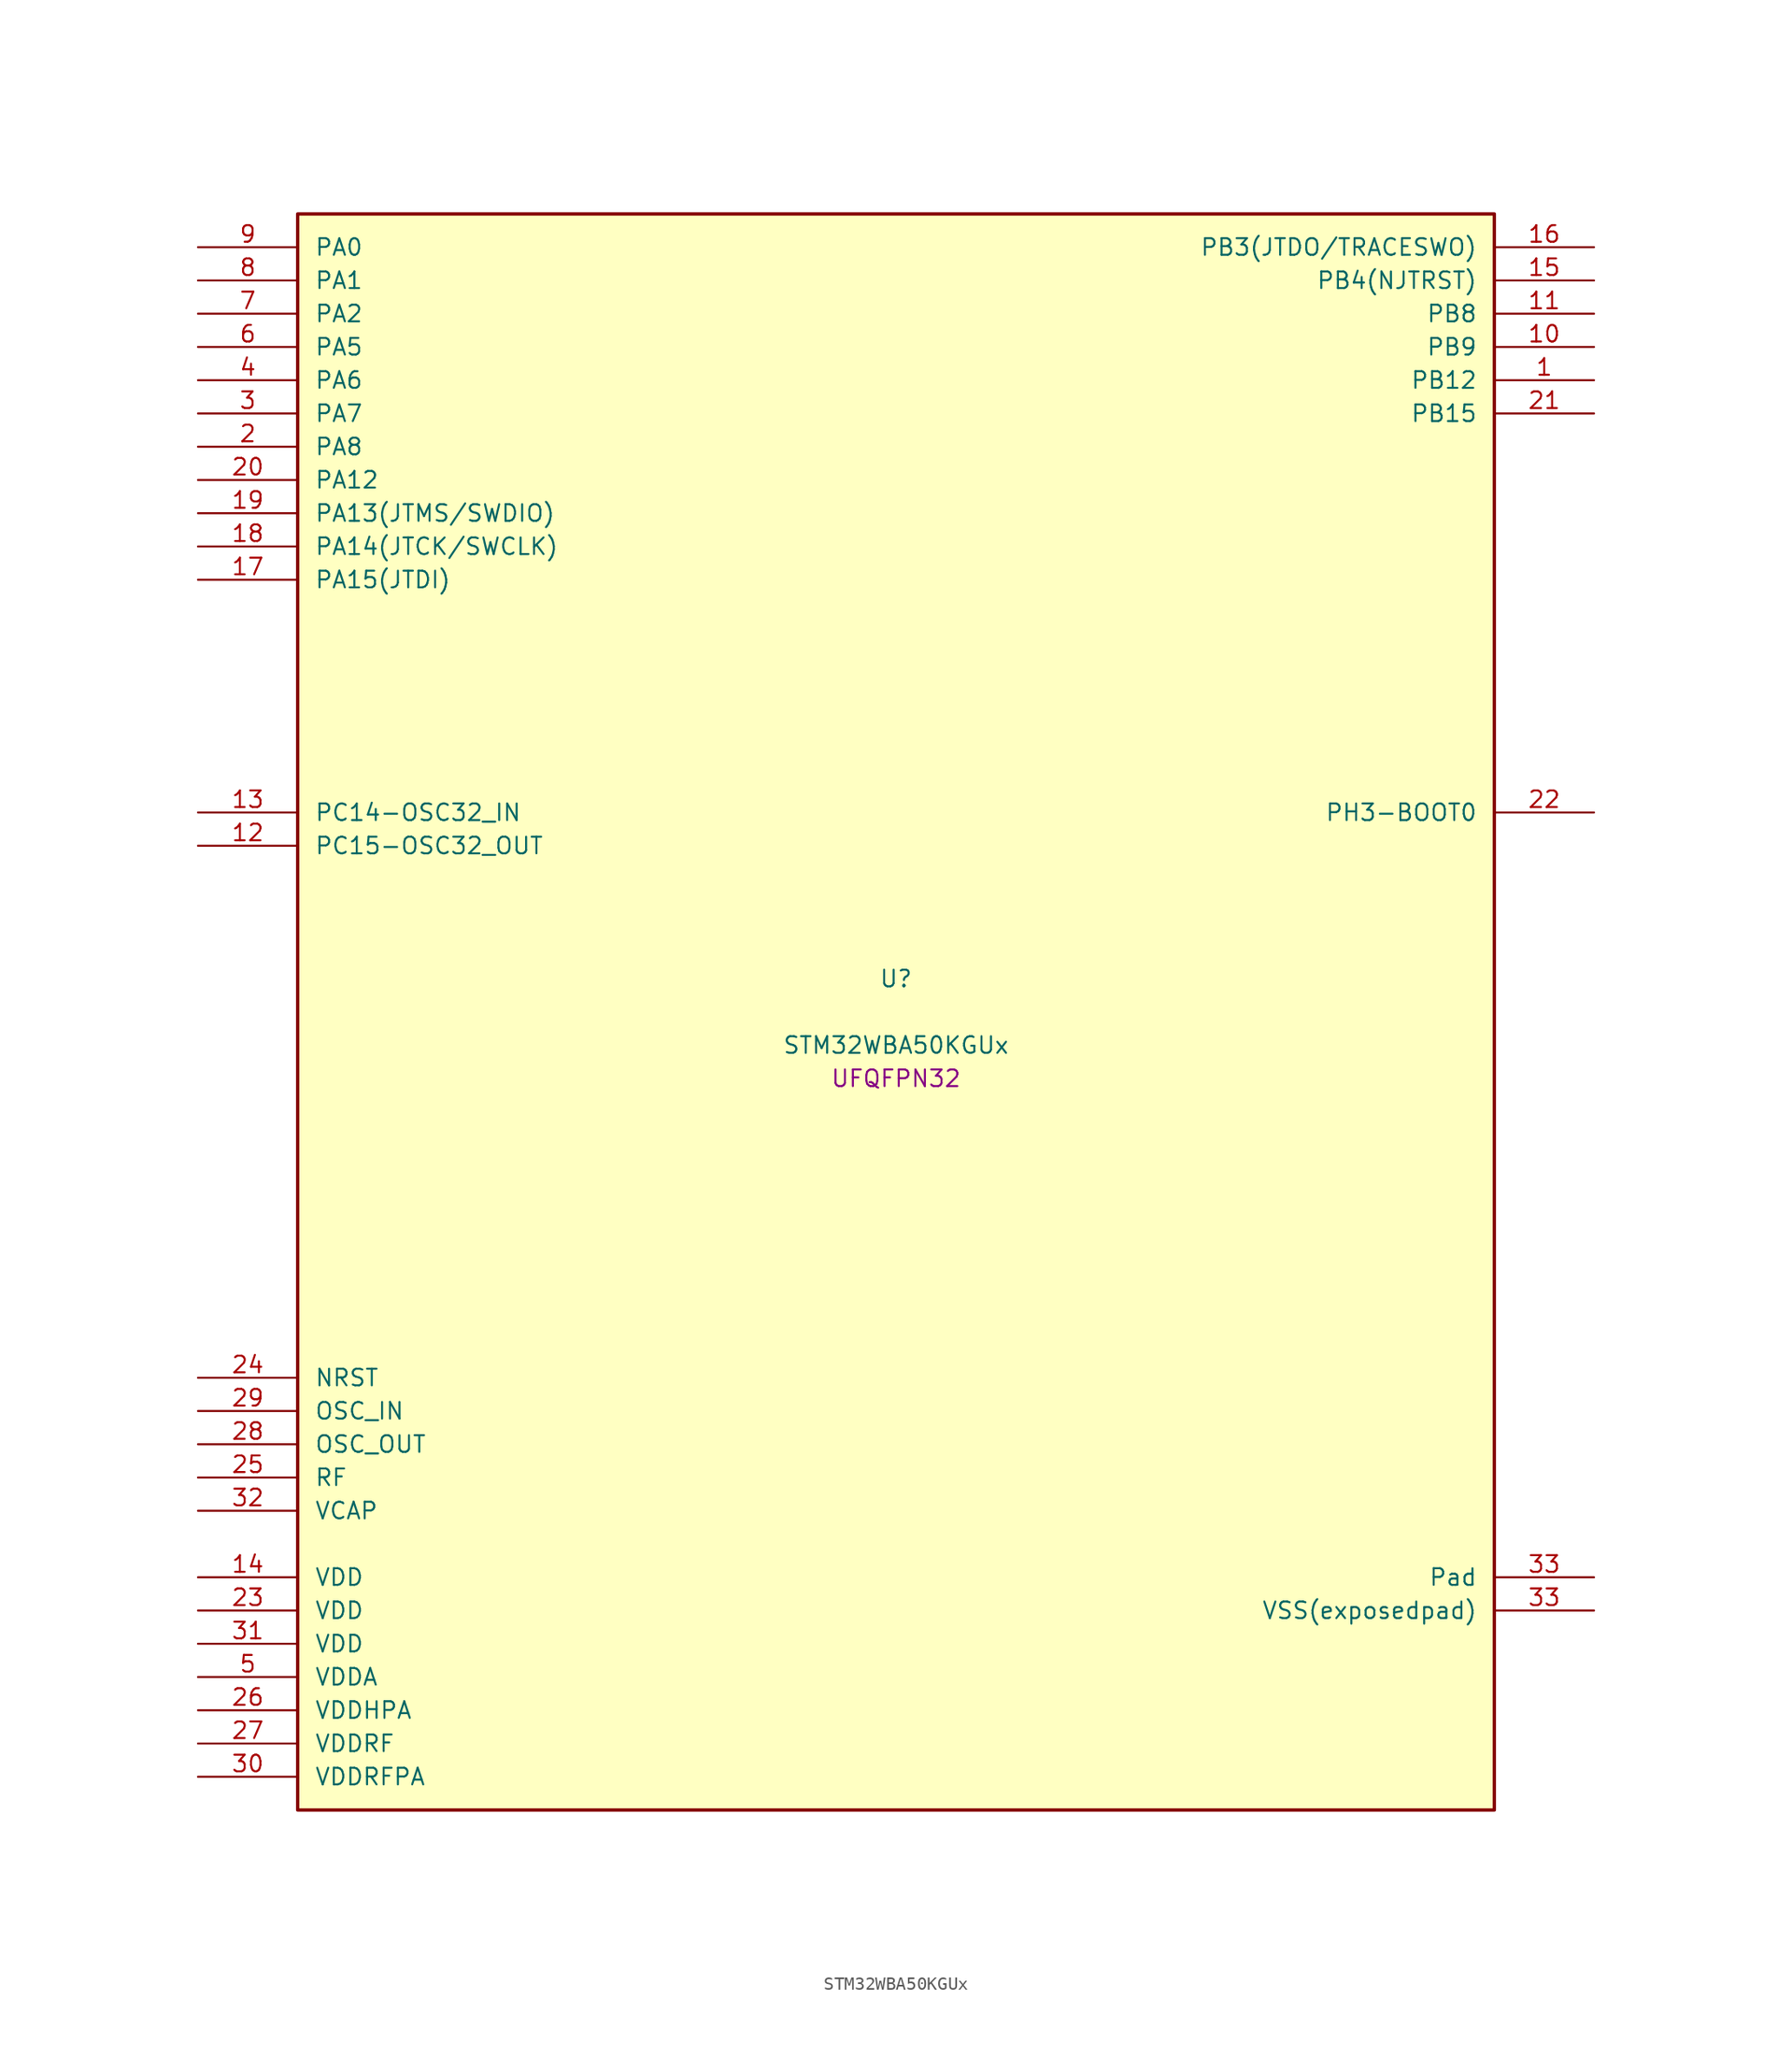
<source format=kicad_sym>
(kicad_symbol_lib
  (version 20241209)
  (generator "stm32_pkl_generator")
  (generator_version "1.0")
  (symbol "STM32WBA50KGUx"
    (pin_names
      (offset 1.27))
    (property "Reference" "U"
      (at 0 2.54 0))
    (property "Value" "STM32WBA50KGUx"
      (at 0 -2.54 0))
    (property "Footprint" "UFQFPN32"
      (at 0 -5.08 0))
    (symbol "STM32WBA50KGUx_1_1"
      (rectangle (start -45.72 60.96) (end 45.72 -60.96) (stroke (width 0.254) (type solid)) (fill (type background)))
      (pin bidirectional line (at -53.34 58.42 0) (length 7.62) (name "PA0") (number "9") (alternate "PA0/ADC4_IN9" bidirectional line) (alternate "PA0/LPTIM1_IN1" bidirectional line) (alternate "PA0/LPUART1_CTS" bidirectional line) (alternate "PA0/PWR_WKUP1" bidirectional line) (alternate "PA0/SPI3_SCK" bidirectional line) (alternate "PA0/TIM1_CH2N" bidirectional line) (alternate "PA0/TSC_G2_IO2" bidirectional line))
      (pin bidirectional line (at -53.34 55.88 0) (length 7.62) (name "PA1") (number "8") (alternate "PA1/ADC4_IN8" bidirectional line) (alternate "PA1/LPUART1_RX" bidirectional line) (alternate "PA1/PWR_WKUP3" bidirectional line) (alternate "PA1/TIM1_CH1N" bidirectional line) (alternate "PA1/TSC_G2_IO1" bidirectional line) (alternate "PA1/USART1_CK" bidirectional line))
      (pin bidirectional line (at -53.34 53.34 0) (length 7.62) (name "PA2") (number "7") (alternate "PA2/ADC4_IN7" bidirectional line) (alternate "PA2/LPUART1_TX" bidirectional line) (alternate "PA2/PWR_WKUP4" bidirectional line) (alternate "PA2/RCC_LSCO" bidirectional line) (alternate "PA2/TIM16_CH1" bidirectional line) (alternate "PA2/TIM1_BKIN" bidirectional line) (alternate "PA2/TSC_G4_IO4" bidirectional line) (alternate "PA2/USART1_DE" bidirectional line) (alternate "PA2/USART1_RTS" bidirectional line))
      (pin bidirectional line (at -53.34 50.8 0) (length 7.62) (name "PA5") (number "6") (alternate "PA5/ADC4_IN4" bidirectional line) (alternate "PA5/PWR_CSLEEP" bidirectional line) (alternate "PA5/PWR_WKUP6" bidirectional line) (alternate "PA5/SPI3_NSS" bidirectional line) (alternate "PA5/TIM2_CH1" bidirectional line) (alternate "PA5/TIM2_ETR" bidirectional line) (alternate "PA5/TSC_G1_IO4" bidirectional line) (alternate "PA5/USART1_CK" bidirectional line))
      (pin bidirectional line (at -53.34 48.26 0) (length 7.62) (name "PA6") (number "4") (alternate "PA6/ADC4_IN3" bidirectional line) (alternate "PA6/I2C3_SCL" bidirectional line) (alternate "PA6/PWR_CSTOP" bidirectional line) (alternate "PA6/PWR_WKUP7" bidirectional line) (alternate "PA6/SPI3_RDY" bidirectional line) (alternate "PA6/TIM2_CH4" bidirectional line) (alternate "PA6/TSC_G1_IO3" bidirectional line) (alternate "PA6/USART1_DE" bidirectional line) (alternate "PA6/USART1_RTS" bidirectional line))
      (pin bidirectional line (at -53.34 45.72 0) (length 7.62) (name "PA7") (number "3") (alternate "PA7/ADC4_IN2" bidirectional line) (alternate "PA7/I2C3_SDA" bidirectional line) (alternate "PA7/PWR_WKUP8" bidirectional line) (alternate "PA7/TAMP_IN1" bidirectional line) (alternate "PA7/TAMP_OUT2" bidirectional line) (alternate "PA7/TIM2_CH3" bidirectional line) (alternate "PA7/TSC_G1_IO2" bidirectional line) (alternate "PA7/USART1_CTS" bidirectional line))
      (pin bidirectional line (at -53.34 43.18 0) (length 7.62) (name "PA8") (number "2") (alternate "PA8/ADC4_IN1" bidirectional line) (alternate "PA8/LPTIM1_CH2" bidirectional line) (alternate "PA8/RCC_MCO" bidirectional line) (alternate "PA8/SPI3_RDY" bidirectional line) (alternate "PA8/TIM2_CH2" bidirectional line) (alternate "PA8/TSC_G1_IO1" bidirectional line) (alternate "PA8/USART1_RX" bidirectional line))
      (pin bidirectional line (at -53.34 40.64 0) (length 7.62) (name "PA12") (number "20") (alternate "PA12/PWR_WKUP6" bidirectional line) (alternate "PA12/TIM1_CH2" bidirectional line) (alternate "PA12/TSC_G3_IO4" bidirectional line))
      (pin bidirectional line (at -53.34 38.1 0) (length 7.62) (name "PA13(JTMS/SWDIO)") (number "19") (alternate "PA13(JTMS/SWDIO)/DEBUG_JTMS-SWDIO" bidirectional line))
      (pin bidirectional line (at -53.34 35.56 0) (length 7.62) (name "PA14(JTCK/SWCLK)") (number "18") (alternate "PA14(JTCK/SWCLK)/DEBUG_JTCK-SWCLK" bidirectional line) (alternate "PA14(JTCK/SWCLK)/TAMP_IN3" bidirectional line) (alternate "PA14(JTCK/SWCLK)/TAMP_OUT6" bidirectional line))
      (pin bidirectional line (at -53.34 33.02 0) (length 7.62) (name "PA15(JTDI)") (number "17") (alternate "PA15(JTDI)/ADC4_EXTI15" bidirectional line) (alternate "PA15(JTDI)/DEBUG_JTDI" bidirectional line) (alternate "PA15(JTDI)/LPTIM1_CH2" bidirectional line) (alternate "PA15(JTDI)/TIM1_ETR" bidirectional line) (alternate "PA15(JTDI)/TSC_G3_IO3" bidirectional line))
      (pin bidirectional line (at 53.34 58.42 180) (length 7.62) (name "PB3(JTDO/TRACESWO)") (number "16") (alternate "PB3(JTDO/TRACESWO)/DEBUG_JTDO-SWO" bidirectional line) (alternate "PB3(JTDO/TRACESWO)/LPTIM1_IN2" bidirectional line) (alternate "PB3(JTDO/TRACESWO)/TIM1_CH4" bidirectional line) (alternate "PB3(JTDO/TRACESWO)/TSC_G3_IO2" bidirectional line))
      (pin bidirectional line (at 53.34 55.88 180) (length 7.62) (name "PB4(NJTRST)") (number "15") (alternate "PB4(NJTRST)/DEBUG_JTRST" bidirectional line) (alternate "PB4(NJTRST)/TIM1_CH3" bidirectional line) (alternate "PB4(NJTRST)/TSC_G3_IO1" bidirectional line))
      (pin bidirectional line (at 53.34 53.34 180) (length 7.62) (name "PB8") (number "11") (alternate "PB8/LPTIM1_ETR" bidirectional line) (alternate "PB8/PWR_PVD_IN" bidirectional line) (alternate "PB8/SPI3_MOSI" bidirectional line) (alternate "PB8/TIM16_CH1N" bidirectional line) (alternate "PB8/TIM1_CH1" bidirectional line) (alternate "PB8/TSC_G2_IO4" bidirectional line))
      (pin bidirectional line (at 53.34 50.8 180) (length 7.62) (name "PB9") (number "10") (alternate "PB9/ADC4_IN10" bidirectional line) (alternate "PB9/LPUART1_DE" bidirectional line) (alternate "PB9/LPUART1_RTS" bidirectional line) (alternate "PB9/PWR_WKUP8" bidirectional line) (alternate "PB9/SPI3_MISO" bidirectional line) (alternate "PB9/TIM16_CH1" bidirectional line) (alternate "PB9/TIM1_CH3N" bidirectional line) (alternate "PB9/TSC_G2_IO3" bidirectional line))
      (pin bidirectional line (at 53.34 48.26 180) (length 7.62) (name "PB12") (number "1") (alternate "PB12/TIM2_CH1" bidirectional line) (alternate "PB12/TIM2_ETR" bidirectional line) (alternate "PB12/TSC_SYNC" bidirectional line) (alternate "PB12/USART1_TX" bidirectional line))
      (pin bidirectional line (at 53.34 45.72 180) (length 7.62) (name "PB15") (number "21") (alternate "PB15/ADC4_EXTI15" bidirectional line) (alternate "PB15/I2C3_SMBA" bidirectional line) (alternate "PB15/LPUART1_CTS" bidirectional line) (alternate "PB15/TIM16_BKIN" bidirectional line) (alternate "PB15/TIM1_BKIN2" bidirectional line))
      (pin bidirectional line (at -53.34 15.24 0) (length 7.62) (name "PC14-OSC32_IN") (number "13") (alternate "PC14-OSC32_IN/RCC_OSC32_IN" bidirectional line))
      (pin bidirectional line (at -53.34 12.7 0) (length 7.62) (name "PC15-OSC32_OUT") (number "12") (alternate "PC15-OSC32_OUT/ADC4_EXTI15" bidirectional line) (alternate "PC15-OSC32_OUT/RCC_OSC32_OUT" bidirectional line))
      (pin bidirectional line (at 53.34 15.24 180) (length 7.62) (name "PH3-BOOT0") (number "22") (alternate "PH3-BOOT0/TAMP_IN2" bidirectional line) (alternate "PH3-BOOT0/TAMP_OUT1" bidirectional line))
      (pin input line (at -53.34 -27.94 0) (length 7.62) (name "NRST") (number "24"))
      (pin bidirectional line (at -53.34 -30.48 0) (length 7.62) (name "OSC_IN") (number "29") (alternate "OSC_IN/RCC_OSC_IN" bidirectional line))
      (pin bidirectional line (at -53.34 -33.02 0) (length 7.62) (name "OSC_OUT") (number "28") (alternate "OSC_OUT/RCC_OSC_OUT" bidirectional line))
      (pin bidirectional line (at -53.34 -35.56 0) (length 7.62) (name "RF") (number "25"))
      (pin power_in line (at -53.34 -38.1 0) (length 7.62) (name "VCAP") (number "32"))
      (pin power_in line (at -53.34 -43.18 0) (length 7.62) (name "VDD") (number "14"))
      (pin power_in line (at -53.34 -45.72 0) (length 7.62) (name "VDD") (number "23"))
      (pin power_in line (at -53.34 -48.26 0) (length 7.62) (name "VDD") (number "31"))
      (pin power_in line (at -53.34 -50.8 0) (length 7.62) (name "VDDA") (number "5"))
      (pin power_in line (at -53.34 -53.34 0) (length 7.62) (name "VDDHPA") (number "26"))
      (pin power_in line (at -53.34 -55.88 0) (length 7.62) (name "VDDRF") (number "27"))
      (pin power_in line (at -53.34 -58.42 0) (length 7.62) (name "VDDRFPA") (number "30"))
      (pin passive line (at 53.34 -43.18 180) (length 7.62) (name "Pad") (number "33"))
      (pin power_in line (at 53.34 -45.72 180) (length 7.62) (name "VSS(exposedpad)") (number "33")))))
</source>
